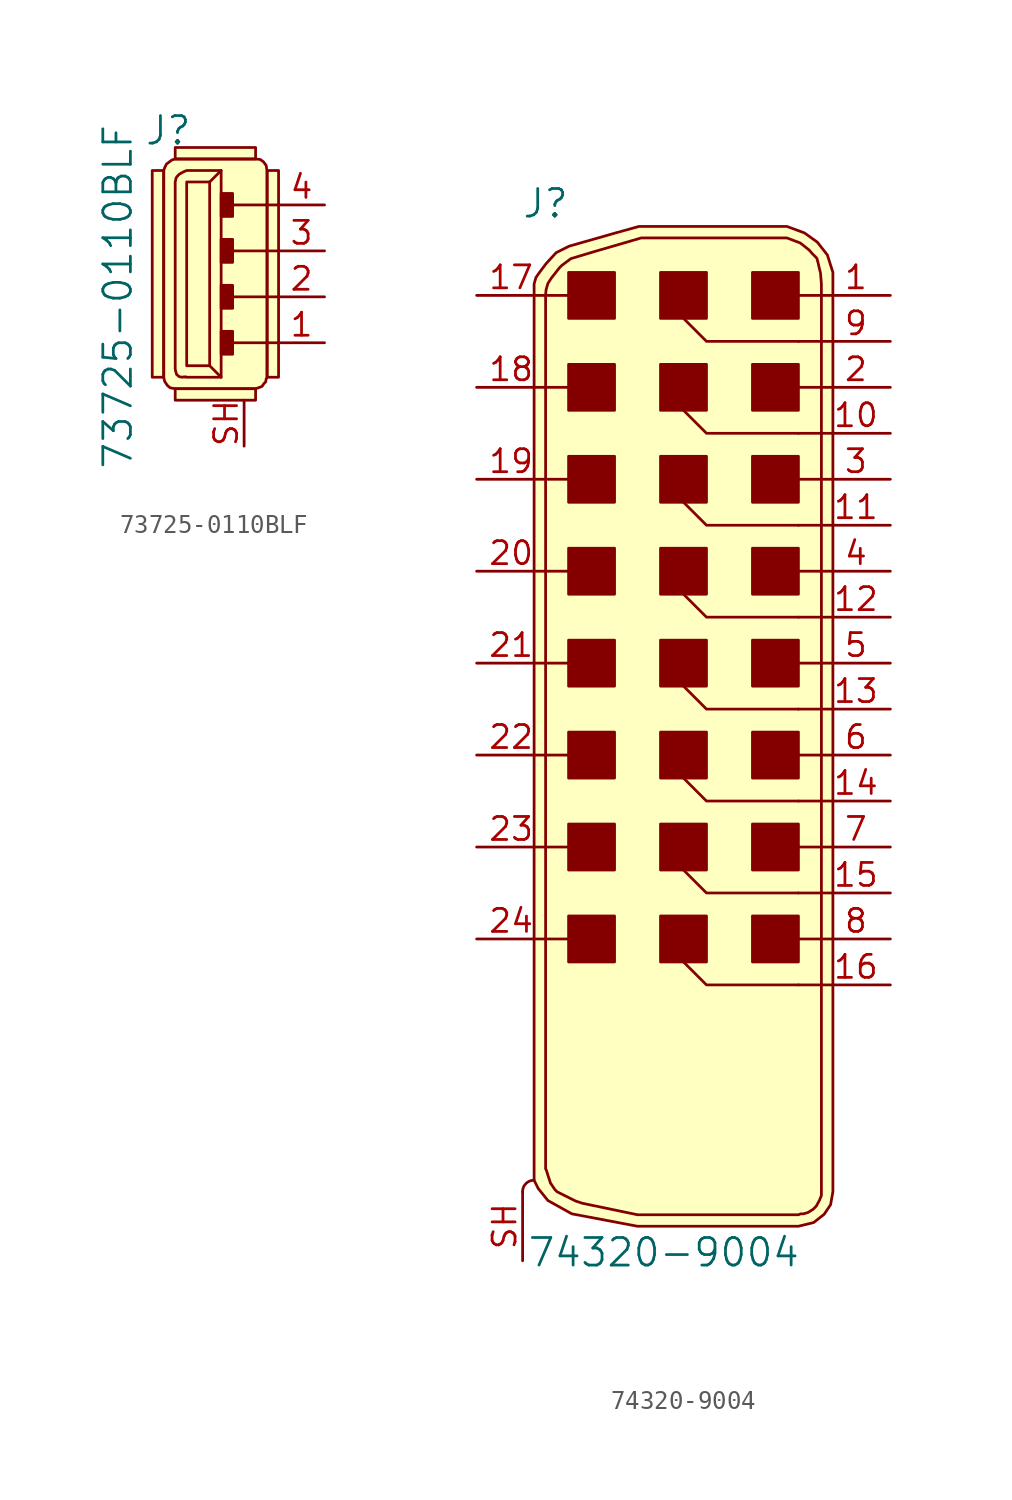
<source format=kicad_sym>
(kicad_symbol_lib
  (version 20231120)
  (generator "kicad_symbol_editor")
  (generator_version "8.0")
  (symbol "73725-0110BLF"
    (pin_names
      (offset 1.016))
    (property "Reference" "J"
      (at -1.016 9.195 0)
      (effects (font (size 1.524 1.524))))
    (property "Value" "73725-0110BLF"
      (at -3.81 0 90)
      (effects (font (size 1.524 1.524))))
    (symbol "73725-0110BLF_0_1"
      (rectangle (start -1.27 -4.445) (end -1.905 6.985) (stroke (width 0) (type solid)) (fill (type background)))
      (polyline (pts (xy 1.27 -3.81) (xy 1.905 -4.445)) (stroke (width 0) (type solid)) (fill (type none)))
      (polyline (pts (xy 1.27 6.35) (xy 1.905 6.985)) (stroke (width 0) (type solid)) (fill (type none)))
      (polyline (pts (xy 5.08 -2.54) (xy 2.54 -2.54)) (stroke (width 0) (type solid)) (fill (type none)))
      (polyline (pts (xy 5.08 0) (xy 2.54 0)) (stroke (width 0) (type solid)) (fill (type none)))
      (polyline (pts (xy 5.08 2.54) (xy 2.54 2.54)) (stroke (width 0) (type solid)) (fill (type none)))
      (polyline (pts (xy 5.08 5.08) (xy 2.54 5.08)) (stroke (width 0) (type solid)) (fill (type none)))
      (polyline (pts (xy -0.635 6.35) (xy -0.635 -3.81) (xy -0.635 -3.988) (xy -0.61 -4.115) (xy -0.559 -4.293) (xy -0.406 -4.42) (xy -0.229 -4.445) (xy -0.127 -4.42) (xy -0.076 -4.445) (xy -0.051 -4.42) (xy 0 -4.445) (xy 1.905 -4.445) (xy 1.905 6.985) (xy 0 6.985) (xy -0.178 6.909) (xy -0.406 6.782) (xy -0.508 6.68) (xy -0.584 6.579) (xy -0.635 6.35)) (stroke (width 0) (type solid)) (fill (type none)))
      (polyline (pts (xy -0.635 -5.08) (xy 3.81 -5.08) (xy 3.962 -5.029) (xy 4.166 -4.953) (xy 4.267 -4.801) (xy 4.369 -4.699) (xy 4.394 -4.547) (xy 4.445 -4.445) (xy 4.445 6.985) (xy 4.42 7.087) (xy 4.42 7.112) (xy 4.394 7.264) (xy 4.242 7.468) (xy 4.064 7.595) (xy 3.81 7.62) (xy -0.635 7.62) (xy -0.813 7.569) (xy -1.118 7.341) (xy -1.219 7.137) (xy -1.27 6.985) (xy -1.27 -4.445) (xy -1.219 -4.674) (xy -1.067 -4.902) (xy -0.914 -5.029) (xy -0.635 -5.08)) (stroke (width 0) (type solid)) (fill (type background)))
      (rectangle (start 1.27 6.35) (end 0 -3.81) (stroke (width 0) (type solid)) (fill (type none)))
      (rectangle (start 2.54 -1.905) (end 1.905 -3.175) (stroke (width 0) (type solid)) (fill (type outline)))
      (rectangle (start 2.54 0.635) (end 1.905 -0.635) (stroke (width 0) (type solid)) (fill (type outline)))
      (rectangle (start 2.54 3.175) (end 1.905 1.905) (stroke (width 0) (type solid)) (fill (type outline)))
      (rectangle (start 2.54 4.445) (end 1.905 5.715) (stroke (width 0) (type solid)) (fill (type outline)))
      (rectangle (start 3.81 -5.08) (end -0.635 -5.715) (stroke (width 0) (type solid)) (fill (type background)))
      (rectangle (start 3.81 7.62) (end -0.635 8.255) (stroke (width 0) (type solid)) (fill (type background)))
      (rectangle (start 4.445 6.985) (end 5.08 -4.445) (stroke (width 0) (type solid)) (fill (type background))))
    (symbol "73725-0110BLF_1_1"
      (pin passive line (at 7.62 -2.54 180) (length 2.54) (name "~" (effects (font (size 1.27 1.27)))) (number "1" (effects (font (size 1.27 1.27)))))
      (pin passive line (at 7.62 0 180) (length 2.54) (name "~" (effects (font (size 1.27 1.27)))) (number "2" (effects (font (size 1.27 1.27)))))
      (pin passive line (at 7.62 2.54 180) (length 2.54) (name "~" (effects (font (size 1.27 1.27)))) (number "3" (effects (font (size 1.27 1.27)))))
      (pin passive line (at 7.62 5.08 180) (length 2.54) (name "~" (effects (font (size 1.27 1.27)))) (number "4" (effects (font (size 1.27 1.27)))))
      (pin passive line (at 3.175 -8.255 90) (length 2.54) (name "~" (effects (font (size 1.27 1.27)))) (number "SH" (effects (font (size 1.27 1.27)))))))
  (symbol "74320-9004"
    (pin_names
      (offset 1.016))
    (property "Reference" "J"
      (at -8.89 27.94 0)
      (effects (font (size 1.524 1.524))))
    (property "Value" "74320-9004"
      (at -2.362 -30.023 0)
      (effects (font (size 1.524 1.524))))
    (symbol "74320-9004_0_1"
      (arc (start -9.525 -26.035) (mid -9.9825 -26.2192) (end -10.16 -26.67) (stroke (width 0) (type solid)) (fill (type none)))
      (rectangle (start -5.08 -11.43) (end -7.62 -13.97) (stroke (width 0) (type solid)) (fill (type outline)))
      (rectangle (start -5.08 -6.35) (end -7.62 -8.89) (stroke (width 0) (type solid)) (fill (type outline)))
      (rectangle (start -5.08 -1.27) (end -7.62 -3.81) (stroke (width 0) (type solid)) (fill (type outline)))
      (rectangle (start -5.08 3.81) (end -7.62 1.27) (stroke (width 0) (type solid)) (fill (type outline)))
      (rectangle (start -5.08 8.89) (end -7.62 6.35) (stroke (width 0) (type solid)) (fill (type outline)))
      (rectangle (start -5.08 13.97) (end -7.62 11.43) (stroke (width 0) (type solid)) (fill (type outline)))
      (rectangle (start -5.08 19.05) (end -7.62 16.51) (stroke (width 0) (type solid)) (fill (type outline)))
      (rectangle (start -5.08 24.13) (end -7.62 21.59) (stroke (width 0) (type solid)) (fill (type outline)))
      (rectangle (start 0 -11.43) (end -2.54 -13.97) (stroke (width 0) (type solid)) (fill (type outline)))
      (rectangle (start 0 -6.35) (end -2.54 -8.89) (stroke (width 0) (type solid)) (fill (type outline)))
      (rectangle (start 0 -1.27) (end -2.54 -3.81) (stroke (width 0) (type solid)) (fill (type outline)))
      (polyline (pts (xy -7.62 -12.7) (xy -8.89 -12.7)) (stroke (width 0) (type solid)) (fill (type none)))
      (polyline (pts (xy -7.62 -7.62) (xy -8.89 -7.62)) (stroke (width 0) (type solid)) (fill (type none)))
      (polyline (pts (xy -7.62 -2.54) (xy -8.89 -2.54)) (stroke (width 0) (type solid)) (fill (type none)))
      (polyline (pts (xy -7.62 2.54) (xy -8.89 2.54)) (stroke (width 0) (type solid)) (fill (type none)))
      (polyline (pts (xy -7.62 7.62) (xy -8.89 7.62)) (stroke (width 0) (type solid)) (fill (type none)))
      (polyline (pts (xy -7.62 12.7) (xy -8.89 12.7)) (stroke (width 0) (type solid)) (fill (type none)))
      (polyline (pts (xy -7.62 17.78) (xy -8.89 17.78)) (stroke (width 0) (type solid)) (fill (type none)))
      (polyline (pts (xy -7.62 22.86) (xy -8.89 22.86)) (stroke (width 0) (type solid)) (fill (type none)))
      (polyline (pts (xy 5.08 22.86) (xy 5.08 22.86)) (stroke (width 0) (type solid)) (fill (type none)))
      (polyline (pts (xy 6.35 -15.24) (xy 5.08 -15.24)) (stroke (width 0) (type solid)) (fill (type none)))
      (polyline (pts (xy 6.35 -12.7) (xy 5.08 -12.7)) (stroke (width 0) (type solid)) (fill (type none)))
      (polyline (pts (xy 6.35 -10.16) (xy 5.08 -10.16)) (stroke (width 0) (type solid)) (fill (type none)))
      (polyline (pts (xy 6.35 -7.62) (xy 5.08 -7.62)) (stroke (width 0) (type solid)) (fill (type none)))
      (polyline (pts (xy 6.35 -5.08) (xy 5.08 -5.08)) (stroke (width 0) (type solid)) (fill (type none)))
      (polyline (pts (xy 6.35 -2.54) (xy 5.08 -2.54)) (stroke (width 0) (type solid)) (fill (type none)))
      (polyline (pts (xy 6.35 0) (xy 5.08 0)) (stroke (width 0) (type solid)) (fill (type none)))
      (polyline (pts (xy 6.35 2.54) (xy 5.08 2.54)) (stroke (width 0) (type solid)) (fill (type none)))
      (polyline (pts (xy 6.35 5.08) (xy 5.08 5.08)) (stroke (width 0) (type solid)) (fill (type none)))
      (polyline (pts (xy 6.35 7.62) (xy 5.08 7.62)) (stroke (width 0) (type solid)) (fill (type none)))
      (polyline (pts (xy 6.35 10.16) (xy 5.08 10.16)) (stroke (width 0) (type solid)) (fill (type none)))
      (polyline (pts (xy 6.35 12.7) (xy 5.08 12.7)) (stroke (width 0) (type solid)) (fill (type none)))
      (polyline (pts (xy 6.35 15.24) (xy 5.08 15.24)) (stroke (width 0) (type solid)) (fill (type none)))
      (polyline (pts (xy 6.35 17.78) (xy 5.08 17.78)) (stroke (width 0) (type solid)) (fill (type none)))
      (polyline (pts (xy 6.35 20.32) (xy 5.08 20.32)) (stroke (width 0) (type solid)) (fill (type none)))
      (polyline (pts (xy 6.35 22.86) (xy 5.08 22.86)) (stroke (width 0) (type solid)) (fill (type none)))
      (polyline (pts (xy -1.27 -13.97) (xy 0 -15.24) (xy 5.08 -15.24)) (stroke (width 0) (type solid)) (fill (type none)))
      (polyline (pts (xy -1.27 -8.89) (xy 0 -10.16) (xy 5.08 -10.16)) (stroke (width 0) (type solid)) (fill (type none)))
      (polyline (pts (xy -1.27 -3.81) (xy 0 -5.08) (xy 5.08 -5.08)) (stroke (width 0) (type solid)) (fill (type none)))
      (polyline (pts (xy -1.27 1.27) (xy 0 0) (xy 5.08 0)) (stroke (width 0) (type solid)) (fill (type none)))
      (polyline (pts (xy -1.27 6.35) (xy 0 5.08) (xy 5.08 5.08)) (stroke (width 0) (type solid)) (fill (type none)))
      (polyline (pts (xy -1.27 11.43) (xy 0 10.16) (xy 5.08 10.16)) (stroke (width 0) (type solid)) (fill (type none)))
      (polyline (pts (xy -1.27 16.51) (xy 0 15.24) (xy 5.08 15.24)) (stroke (width 0) (type solid)) (fill (type none)))
      (polyline (pts (xy -1.27 21.59) (xy 0 20.32) (xy 5.08 20.32)) (stroke (width 0) (type solid)) (fill (type none)))
      (polyline (pts (xy 6.985 -26.67) (xy 6.985 24.13) (xy 6.68 25.095) (xy 6.121 25.806) (xy 5.41 26.314) (xy 4.445 26.67) (xy -3.734 26.67) (xy -5.105 26.289) (xy -7.595 25.578) (xy -8.306 25.222) (xy -8.865 24.613) (xy -9.246 24.105) (xy -9.423 23.851) (xy -9.525 23.495) (xy -9.525 -26.035) (xy -9.296 -26.492) (xy -8.763 -27.153) (xy -7.442 -27.889) (xy -3.81 -28.575) (xy 5.08 -28.575) (xy 5.918 -28.372) (xy 6.502 -27.915) (xy 6.858 -27.381) (xy 6.985 -26.67)) (stroke (width 0) (type solid)) (fill (type background)))
      (polyline (pts (xy -8.89 22.86) (xy -8.865 23.165) (xy -8.763 23.52) (xy -8.585 23.8) (xy -8.306 24.155) (xy -8.128 24.384) (xy -8.001 24.511) (xy -7.493 24.892) (xy -6.223 25.273) (xy -3.607 26.035) (xy 0.635 26.035) (xy 4.445 26.035) (xy 5.182 25.756) (xy 5.664 25.375) (xy 5.867 25.146) (xy 6.096 24.917) (xy 6.172 24.638) (xy 6.223 24.409) (xy 6.299 24.105) (xy 6.35 23.495) (xy 6.35 -26.67) (xy 6.35 -26.873) (xy 6.248 -27.127) (xy 6.071 -27.457) (xy 5.893 -27.635) (xy 5.613 -27.813) (xy 5.359 -27.889) (xy 5.207 -27.889) (xy 5.08 -27.94) (xy -3.81 -27.94) (xy -6.858 -27.305) (xy -7.239 -27.178) (xy -7.747 -26.924) (xy -8.001 -26.797) (xy -8.255 -26.67) (xy -8.382 -26.543) (xy -8.636 -26.162) (xy -8.611 -26.213) (xy -8.687 -25.984) (xy -8.763 -25.756) (xy -8.839 -25.502) (xy -8.89 -25.4) (xy -8.89 22.86)) (stroke (width 0) (type solid)) (fill (type background)))
      (rectangle (start 0 3.81) (end -2.54 1.27) (stroke (width 0) (type solid)) (fill (type outline)))
      (rectangle (start 0 8.89) (end -2.54 6.35) (stroke (width 0) (type solid)) (fill (type outline)))
      (rectangle (start 0 13.97) (end -2.54 11.43) (stroke (width 0) (type solid)) (fill (type outline)))
      (rectangle (start 0 19.05) (end -2.54 16.51) (stroke (width 0) (type solid)) (fill (type outline)))
      (rectangle (start 0 24.13) (end -2.54 21.59) (stroke (width 0) (type solid)) (fill (type outline)))
      (rectangle (start 5.08 -11.43) (end 2.54 -13.97) (stroke (width 0) (type solid)) (fill (type outline)))
      (rectangle (start 5.08 -6.35) (end 2.54 -8.89) (stroke (width 0) (type solid)) (fill (type outline)))
      (rectangle (start 5.08 -1.27) (end 2.54 -3.81) (stroke (width 0) (type solid)) (fill (type outline)))
      (rectangle (start 5.08 3.81) (end 2.54 1.27) (stroke (width 0) (type solid)) (fill (type outline)))
      (rectangle (start 5.08 8.89) (end 2.54 6.35) (stroke (width 0) (type solid)) (fill (type outline)))
      (rectangle (start 5.08 13.97) (end 2.54 11.43) (stroke (width 0) (type solid)) (fill (type outline)))
      (rectangle (start 5.08 19.05) (end 2.54 16.51) (stroke (width 0) (type solid)) (fill (type outline)))
      (rectangle (start 5.08 24.13) (end 2.54 21.59) (stroke (width 0) (type solid)) (fill (type outline))))
    (symbol "74320-9004_1_1"
      (pin passive line (at 10.16 22.86 180) (length 3.81) (name "~" (effects (font (size 1.27 1.27)))) (number "1" (effects (font (size 1.27 1.27)))))
      (pin passive line (at 10.16 15.24 180) (length 3.81) (name "~" (effects (font (size 1.27 1.27)))) (number "10" (effects (font (size 1.27 1.27)))))
      (pin passive line (at 10.16 10.16 180) (length 3.81) (name "~" (effects (font (size 1.27 1.27)))) (number "11" (effects (font (size 1.27 1.27)))))
      (pin passive line (at 10.16 5.08 180) (length 3.81) (name "~" (effects (font (size 1.27 1.27)))) (number "12" (effects (font (size 1.27 1.27)))))
      (pin passive line (at 10.16 0 180) (length 3.81) (name "~" (effects (font (size 1.27 1.27)))) (number "13" (effects (font (size 1.27 1.27)))))
      (pin passive line (at 10.16 -5.08 180) (length 3.81) (name "~" (effects (font (size 1.27 1.27)))) (number "14" (effects (font (size 1.27 1.27)))))
      (pin passive line (at 10.16 -10.16 180) (length 3.81) (name "~" (effects (font (size 1.27 1.27)))) (number "15" (effects (font (size 1.27 1.27)))))
      (pin passive line (at 10.16 -15.24 180) (length 3.81) (name "~" (effects (font (size 1.27 1.27)))) (number "16" (effects (font (size 1.27 1.27)))))
      (pin passive line (at -12.7 22.86 0) (length 3.81) (name "~" (effects (font (size 1.27 1.27)))) (number "17" (effects (font (size 1.27 1.27)))))
      (pin passive line (at -12.7 17.78 0) (length 3.81) (name "~" (effects (font (size 1.27 1.27)))) (number "18" (effects (font (size 1.27 1.27)))))
      (pin passive line (at -12.7 12.7 0) (length 3.81) (name "~" (effects (font (size 1.27 1.27)))) (number "19" (effects (font (size 1.27 1.27)))))
      (pin passive line (at 10.16 17.78 180) (length 3.81) (name "~" (effects (font (size 1.27 1.27)))) (number "2" (effects (font (size 1.27 1.27)))))
      (pin passive line (at -12.7 7.62 0) (length 3.81) (name "~" (effects (font (size 1.27 1.27)))) (number "20" (effects (font (size 1.27 1.27)))))
      (pin passive line (at -12.7 2.54 0) (length 3.81) (name "~" (effects (font (size 1.27 1.27)))) (number "21" (effects (font (size 1.27 1.27)))))
      (pin passive line (at -12.7 -2.54 0) (length 3.81) (name "~" (effects (font (size 1.27 1.27)))) (number "22" (effects (font (size 1.27 1.27)))))
      (pin passive line (at -12.7 -7.62 0) (length 3.81) (name "~" (effects (font (size 1.27 1.27)))) (number "23" (effects (font (size 1.27 1.27)))))
      (pin passive line (at -12.7 -12.7 0) (length 3.81) (name "~" (effects (font (size 1.27 1.27)))) (number "24" (effects (font (size 1.27 1.27)))))
      (pin passive line (at 10.16 12.7 180) (length 3.81) (name "~" (effects (font (size 1.27 1.27)))) (number "3" (effects (font (size 1.27 1.27)))))
      (pin passive line (at 10.16 7.62 180) (length 3.81) (name "~" (effects (font (size 1.27 1.27)))) (number "4" (effects (font (size 1.27 1.27)))))
      (pin passive line (at 10.16 2.54 180) (length 3.81) (name "~" (effects (font (size 1.27 1.27)))) (number "5" (effects (font (size 1.27 1.27)))))
      (pin passive line (at 10.16 -2.54 180) (length 3.81) (name "~" (effects (font (size 1.27 1.27)))) (number "6" (effects (font (size 1.27 1.27)))))
      (pin passive line (at 10.16 -7.62 180) (length 3.81) (name "~" (effects (font (size 1.27 1.27)))) (number "7" (effects (font (size 1.27 1.27)))))
      (pin passive line (at 10.16 -12.7 180) (length 3.81) (name "~" (effects (font (size 1.27 1.27)))) (number "8" (effects (font (size 1.27 1.27)))))
      (pin passive line (at 10.16 20.32 180) (length 3.81) (name "~" (effects (font (size 1.27 1.27)))) (number "9" (effects (font (size 1.27 1.27)))))
      (pin passive line (at -10.16 -30.48 90) (length 3.81) (name "~" (effects (font (size 1.27 1.27)))) (number "SH" (effects (font (size 1.27 1.27))))))))
</source>
